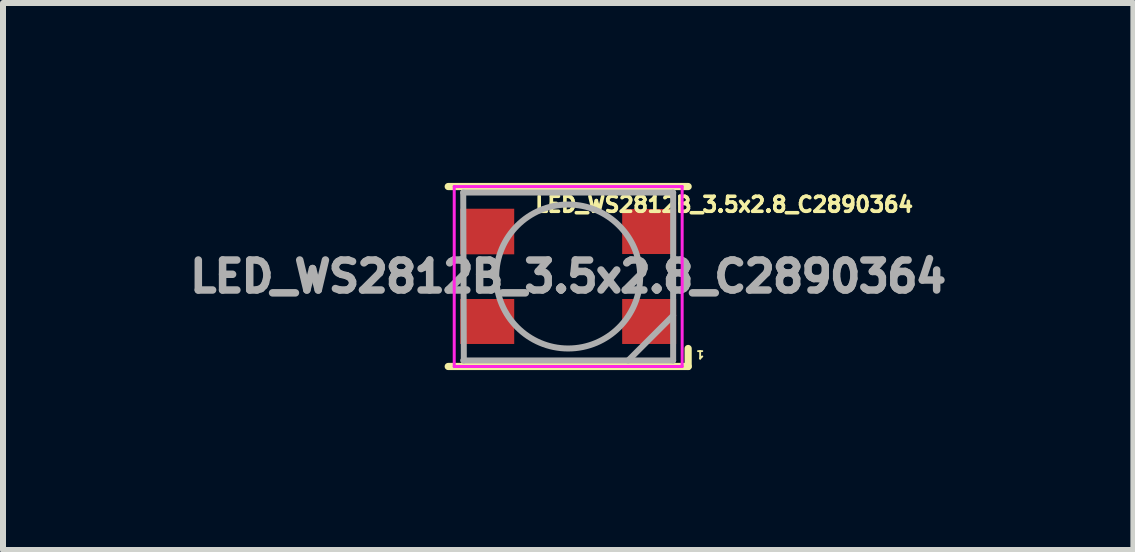
<source format=kicad_pcb>
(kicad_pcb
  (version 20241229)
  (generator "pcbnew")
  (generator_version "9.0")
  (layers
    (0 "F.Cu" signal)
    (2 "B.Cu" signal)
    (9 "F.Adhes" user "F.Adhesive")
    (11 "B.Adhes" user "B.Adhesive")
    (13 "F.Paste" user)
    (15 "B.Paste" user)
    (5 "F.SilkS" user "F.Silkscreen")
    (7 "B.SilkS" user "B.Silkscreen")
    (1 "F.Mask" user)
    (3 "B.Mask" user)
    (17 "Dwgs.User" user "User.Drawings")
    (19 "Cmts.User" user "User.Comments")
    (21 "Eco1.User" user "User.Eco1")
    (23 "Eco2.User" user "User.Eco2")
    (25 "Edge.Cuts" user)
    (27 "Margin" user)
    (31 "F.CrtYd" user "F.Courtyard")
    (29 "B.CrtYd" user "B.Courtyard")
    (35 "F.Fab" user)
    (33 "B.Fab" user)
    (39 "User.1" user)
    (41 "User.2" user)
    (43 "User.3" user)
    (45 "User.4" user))
  (footprint "LED_WS2812B_3.5x2.8_C2890364"
    (layer "F.Cu")
    (at 6.423 1.56)
    (property "Reference" "LED_WS2812B_3.5x2.8_C2890364" (at 2.6 -1.2 180) (layer "F.SilkS") (effects (font (size 0.25 0.25) (thickness 0.06))))
    (attr smd)
    (fp_line (start -2 -1.5) (end 2 -1.5) (stroke (width 0.12) (type solid)) (layer "F.SilkS"))
    (fp_line (start -2 1.5) (end 2 1.5) (stroke (width 0.12) (type solid)) (layer "F.SilkS"))
    (fp_line (start 2 1.2) (end 2 1.5) (stroke (width 0.12) (type solid)) (layer "F.SilkS"))
    (fp_line (start -1.9 -1.5) (end -1.9 1.5) (stroke (width 0.05) (type solid)) (layer "F.CrtYd"))
    (fp_line (start -1.9 1.5) (end 1.9 1.5) (stroke (width 0.05) (type solid)) (layer "F.CrtYd"))
    (fp_line (start 1.9 -1.5) (end -1.9 -1.5) (stroke (width 0.05) (type solid)) (layer "F.CrtYd"))
    (fp_line (start 1.9 1.5) (end 1.9 -1.5) (stroke (width 0.05) (type solid)) (layer "F.CrtYd"))
    (fp_line (start -1.75 -1.4) (end -1.74 1.4) (stroke (width 0.1) (type solid)) (layer "F.Fab"))
    (fp_line (start -1.75 1.4) (end 1.75 1.4) (stroke (width 0.1) (type solid)) (layer "F.Fab"))
    (fp_line (start 1.75 -1.4) (end -1.75 -1.4) (stroke (width 0.1) (type solid)) (layer "F.Fab"))
    (fp_line (start 1.75 0.65) (end 1 1.4) (stroke (width 0.1) (type solid)) (layer "F.Fab"))
    (fp_line (start 1.75 1.4) (end 1.75 -1.4) (stroke (width 0.1) (type solid)) (layer "F.Fab"))
    (fp_circle (center 0 0) (end 1.2 0) (stroke (width 0.1) (type solid)) (fill no) (layer "F.Fab"))
    (fp_text user "1" (at 2.2 1.3 180) (unlocked yes) (layer "F.SilkS") (effects (font (size 0.125 0.125) (thickness 0.06))))
    (fp_text user "${REFERENCE}" (at 0 0 180) (layer "F.Fab") (effects (font (size 0.5 0.5) (thickness 0.125))))
    (pad "1" smd rect (at 1.35 0.75) (size 0.9 0.75) (layers "F.Cu" "F.Mask" "F.Paste"))
    (pad "2" smd rect (at 1.35 -0.75) (size 0.9 0.75) (layers "F.Cu" "F.Mask" "F.Paste"))
    (pad "3" smd rect (at -1.35 -0.75) (size 0.9 0.76) (layers "F.Cu" "F.Mask" "F.Paste"))
    (pad "4" smd rect (at -1.35 0.75) (size 0.9 0.75) (layers "F.Cu" "F.Mask" "F.Paste")))
  (gr_rect
    (start -3 -3)
    (end 15.846 6.12)
    (stroke (width 0.1) (type default))
    (fill no)
    (layer "Edge.Cuts")))
</source>
